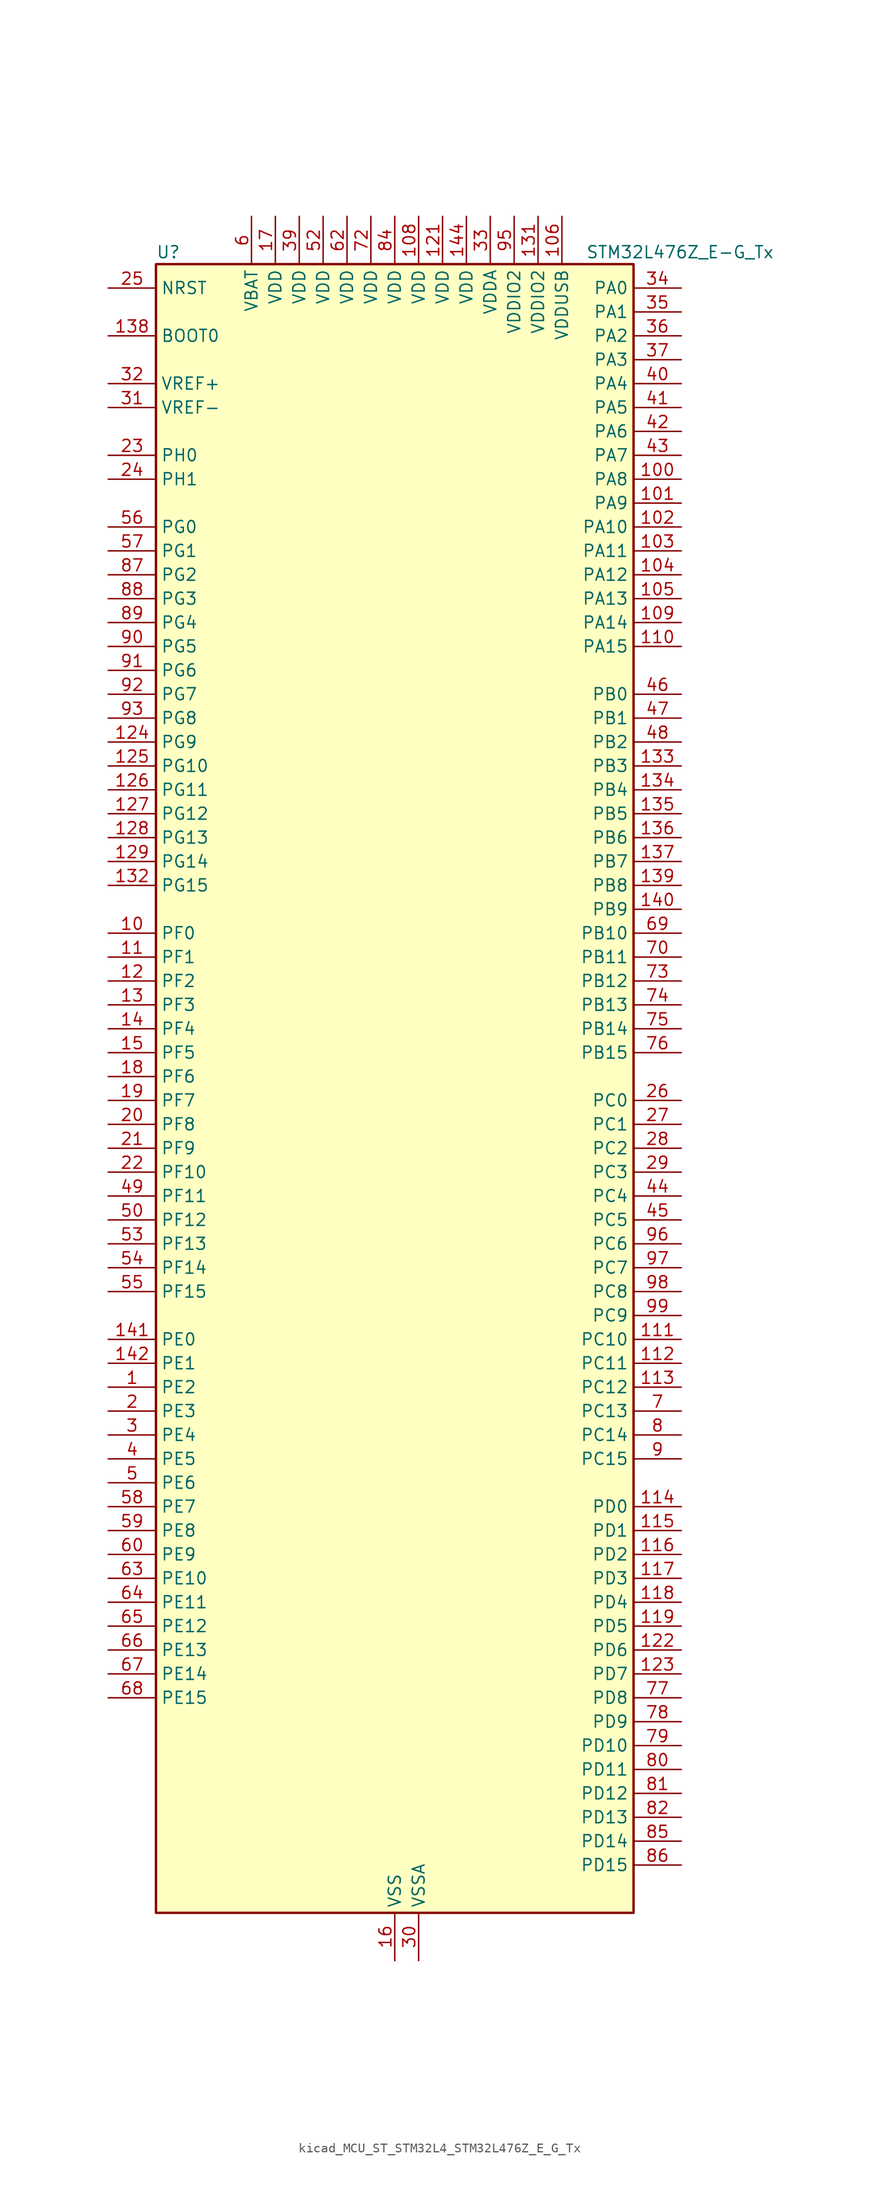
<source format=kicad_sym>
(kicad_symbol_lib
  (version 20220914)
  (generator kicad_symbol_editor)
  (symbol "kicad_MCU_ST_STM32L4_STM32L476Z_E_G_Tx"
    (property "Reference" "U"
      (at -25.4 90.17 0)
      (effects (font (size 1.27 1.27)) (justify left)))
    (property "Value" "STM32L476Z_E-G_Tx"
      (at 20.32 90.17 0)
      (effects (font (size 1.27 1.27)) (justify left)))
    (property "ki_locked" ""
      (at 0 0 0)
      (effects (font (size 1.27 1.27))))
    (symbol "kicad_MCU_ST_STM32L4_STM32L476Z_E_G_Tx_0_1"
      (rectangle (start -25.4 -86.36) (end 25.4 88.9) (stroke (width 0.254) (type default)) (fill (type background))))
    (symbol "kicad_MCU_ST_STM32L4_STM32L476Z_E_G_Tx_1_1"
      (pin bidirectional line (at -30.48 -30.48 0) (length 5.08) (name "PE2" (effects (font (size 1.27 1.27)))) (number "1" (effects (font (size 1.27 1.27)))) (alternate "FMC_A23" bidirectional line) (alternate "LCD_SEG38" bidirectional line) (alternate "SAI1_MCLK_A" bidirectional line) (alternate "SYS_TRACECLK" bidirectional line) (alternate "TIM3_ETR" bidirectional line) (alternate "TSC_G7_IO1" bidirectional line))
      (pin bidirectional line (at -30.48 17.78 0) (length 5.08) (name "PF0" (effects (font (size 1.27 1.27)))) (number "10" (effects (font (size 1.27 1.27)))) (alternate "FMC_A0" bidirectional line) (alternate "I2C2_SDA" bidirectional line))
      (pin bidirectional line (at 30.48 66.04 180) (length 5.08) (name "PA8" (effects (font (size 1.27 1.27)))) (number "100" (effects (font (size 1.27 1.27)))) (alternate "LCD_COM0" bidirectional line) (alternate "LPTIM2_OUT" bidirectional line) (alternate "RCC_MCO" bidirectional line) (alternate "TIM1_CH1" bidirectional line) (alternate "USART1_CK" bidirectional line) (alternate "USB_OTG_FS_SOF" bidirectional line))
      (pin bidirectional line (at 30.48 63.5 180) (length 5.08) (name "PA9" (effects (font (size 1.27 1.27)))) (number "101" (effects (font (size 1.27 1.27)))) (alternate "DAC1_EXTI9" bidirectional line) (alternate "LCD_COM1" bidirectional line) (alternate "TIM15_BKIN" bidirectional line) (alternate "TIM1_CH2" bidirectional line) (alternate "USART1_TX" bidirectional line) (alternate "USB_OTG_FS_VBUS" bidirectional line))
      (pin bidirectional line (at 30.48 60.96 180) (length 5.08) (name "PA10" (effects (font (size 1.27 1.27)))) (number "102" (effects (font (size 1.27 1.27)))) (alternate "LCD_COM2" bidirectional line) (alternate "TIM17_BKIN" bidirectional line) (alternate "TIM1_CH3" bidirectional line) (alternate "USART1_RX" bidirectional line) (alternate "USB_OTG_FS_ID" bidirectional line))
      (pin bidirectional line (at 30.48 58.42 180) (length 5.08) (name "PA11" (effects (font (size 1.27 1.27)))) (number "103" (effects (font (size 1.27 1.27)))) (alternate "ADC1_EXTI11" bidirectional line) (alternate "ADC2_EXTI11" bidirectional line) (alternate "ADC3_EXTI11" bidirectional line) (alternate "CAN1_RX" bidirectional line) (alternate "TIM1_BKIN2" bidirectional line) (alternate "TIM1_BKIN2_COMP1" bidirectional line) (alternate "TIM1_CH4" bidirectional line) (alternate "USART1_CTS" bidirectional line) (alternate "USB_OTG_FS_DM" bidirectional line))
      (pin bidirectional line (at 30.48 55.88 180) (length 5.08) (name "PA12" (effects (font (size 1.27 1.27)))) (number "104" (effects (font (size 1.27 1.27)))) (alternate "CAN1_TX" bidirectional line) (alternate "TIM1_ETR" bidirectional line) (alternate "USART1_DE" bidirectional line) (alternate "USART1_RTS" bidirectional line) (alternate "USB_OTG_FS_DP" bidirectional line))
      (pin bidirectional line (at 30.48 53.34 180) (length 5.08) (name "PA13" (effects (font (size 1.27 1.27)))) (number "105" (effects (font (size 1.27 1.27)))) (alternate "IR_OUT" bidirectional line) (alternate "SYS_JTMS-SWDIO" bidirectional line) (alternate "USB_OTG_FS_NOE" bidirectional line))
      (pin power_in line (at 17.78 93.98 270) (length 5.08) (name "VDDUSB" (effects (font (size 1.27 1.27)))) (number "106" (effects (font (size 1.27 1.27)))))
      (pin passive line (at 0 -91.44 90) (length 5.08) hide (name "VSS" (effects (font (size 1.27 1.27)))) (number "107" (effects (font (size 1.27 1.27)))))
      (pin power_in line (at 2.54 93.98 270) (length 5.08) (name "VDD" (effects (font (size 1.27 1.27)))) (number "108" (effects (font (size 1.27 1.27)))))
      (pin bidirectional line (at 30.48 50.8 180) (length 5.08) (name "PA14" (effects (font (size 1.27 1.27)))) (number "109" (effects (font (size 1.27 1.27)))) (alternate "SYS_JTCK-SWCLK" bidirectional line))
      (pin bidirectional line (at -30.48 15.24 0) (length 5.08) (name "PF1" (effects (font (size 1.27 1.27)))) (number "11" (effects (font (size 1.27 1.27)))) (alternate "FMC_A1" bidirectional line) (alternate "I2C2_SCL" bidirectional line))
      (pin bidirectional line (at 30.48 48.26 180) (length 5.08) (name "PA15" (effects (font (size 1.27 1.27)))) (number "110" (effects (font (size 1.27 1.27)))) (alternate "ADC1_EXTI15" bidirectional line) (alternate "ADC2_EXTI15" bidirectional line) (alternate "ADC3_EXTI15" bidirectional line) (alternate "LCD_SEG17" bidirectional line) (alternate "SAI2_FS_B" bidirectional line) (alternate "SPI1_NSS" bidirectional line) (alternate "SPI3_NSS" bidirectional line) (alternate "SYS_JTDI" bidirectional line) (alternate "TIM2_CH1" bidirectional line) (alternate "TIM2_ETR" bidirectional line) (alternate "TSC_G3_IO1" bidirectional line) (alternate "UART4_DE" bidirectional line) (alternate "UART4_RTS" bidirectional line))
      (pin bidirectional line (at 30.48 -25.4 180) (length 5.08) (name "PC10" (effects (font (size 1.27 1.27)))) (number "111" (effects (font (size 1.27 1.27)))) (alternate "LCD_COM4" bidirectional line) (alternate "LCD_SEG28" bidirectional line) (alternate "LCD_SEG40" bidirectional line) (alternate "SAI2_SCK_B" bidirectional line) (alternate "SDMMC1_D2" bidirectional line) (alternate "SPI3_SCK" bidirectional line) (alternate "TSC_G3_IO2" bidirectional line) (alternate "UART4_TX" bidirectional line) (alternate "USART3_TX" bidirectional line))
      (pin bidirectional line (at 30.48 -27.94 180) (length 5.08) (name "PC11" (effects (font (size 1.27 1.27)))) (number "112" (effects (font (size 1.27 1.27)))) (alternate "ADC1_EXTI11" bidirectional line) (alternate "ADC2_EXTI11" bidirectional line) (alternate "ADC3_EXTI11" bidirectional line) (alternate "LCD_COM5" bidirectional line) (alternate "LCD_SEG29" bidirectional line) (alternate "LCD_SEG41" bidirectional line) (alternate "SAI2_MCLK_B" bidirectional line) (alternate "SDMMC1_D3" bidirectional line) (alternate "SPI3_MISO" bidirectional line) (alternate "TSC_G3_IO3" bidirectional line) (alternate "UART4_RX" bidirectional line) (alternate "USART3_RX" bidirectional line))
      (pin bidirectional line (at 30.48 -30.48 180) (length 5.08) (name "PC12" (effects (font (size 1.27 1.27)))) (number "113" (effects (font (size 1.27 1.27)))) (alternate "LCD_COM6" bidirectional line) (alternate "LCD_SEG30" bidirectional line) (alternate "LCD_SEG42" bidirectional line) (alternate "SAI2_SD_B" bidirectional line) (alternate "SDMMC1_CK" bidirectional line) (alternate "SPI3_MOSI" bidirectional line) (alternate "TSC_G3_IO4" bidirectional line) (alternate "UART5_TX" bidirectional line) (alternate "USART3_CK" bidirectional line))
      (pin bidirectional line (at 30.48 -43.18 180) (length 5.08) (name "PD0" (effects (font (size 1.27 1.27)))) (number "114" (effects (font (size 1.27 1.27)))) (alternate "CAN1_RX" bidirectional line) (alternate "DFSDM1_DATIN7" bidirectional line) (alternate "FMC_D2" bidirectional line) (alternate "FMC_DA2" bidirectional line) (alternate "SPI2_NSS" bidirectional line))
      (pin bidirectional line (at 30.48 -45.72 180) (length 5.08) (name "PD1" (effects (font (size 1.27 1.27)))) (number "115" (effects (font (size 1.27 1.27)))) (alternate "CAN1_TX" bidirectional line) (alternate "DFSDM1_CKIN7" bidirectional line) (alternate "FMC_D3" bidirectional line) (alternate "FMC_DA3" bidirectional line) (alternate "SPI2_SCK" bidirectional line))
      (pin bidirectional line (at 30.48 -48.26 180) (length 5.08) (name "PD2" (effects (font (size 1.27 1.27)))) (number "116" (effects (font (size 1.27 1.27)))) (alternate "LCD_COM7" bidirectional line) (alternate "LCD_SEG31" bidirectional line) (alternate "LCD_SEG43" bidirectional line) (alternate "SDMMC1_CMD" bidirectional line) (alternate "TIM3_ETR" bidirectional line) (alternate "TSC_SYNC" bidirectional line) (alternate "UART5_RX" bidirectional line) (alternate "USART3_DE" bidirectional line) (alternate "USART3_RTS" bidirectional line))
      (pin bidirectional line (at 30.48 -50.8 180) (length 5.08) (name "PD3" (effects (font (size 1.27 1.27)))) (number "117" (effects (font (size 1.27 1.27)))) (alternate "DFSDM1_DATIN0" bidirectional line) (alternate "FMC_CLK" bidirectional line) (alternate "SPI2_MISO" bidirectional line) (alternate "USART2_CTS" bidirectional line))
      (pin bidirectional line (at 30.48 -53.34 180) (length 5.08) (name "PD4" (effects (font (size 1.27 1.27)))) (number "118" (effects (font (size 1.27 1.27)))) (alternate "DFSDM1_CKIN0" bidirectional line) (alternate "FMC_NOE" bidirectional line) (alternate "SPI2_MOSI" bidirectional line) (alternate "USART2_DE" bidirectional line) (alternate "USART2_RTS" bidirectional line))
      (pin bidirectional line (at 30.48 -55.88 180) (length 5.08) (name "PD5" (effects (font (size 1.27 1.27)))) (number "119" (effects (font (size 1.27 1.27)))) (alternate "FMC_NWE" bidirectional line) (alternate "USART2_TX" bidirectional line))
      (pin bidirectional line (at -30.48 12.7 0) (length 5.08) (name "PF2" (effects (font (size 1.27 1.27)))) (number "12" (effects (font (size 1.27 1.27)))) (alternate "FMC_A2" bidirectional line) (alternate "I2C2_SMBA" bidirectional line))
      (pin passive line (at 0 -91.44 90) (length 5.08) hide (name "VSS" (effects (font (size 1.27 1.27)))) (number "120" (effects (font (size 1.27 1.27)))))
      (pin power_in line (at 5.08 93.98 270) (length 5.08) (name "VDD" (effects (font (size 1.27 1.27)))) (number "121" (effects (font (size 1.27 1.27)))))
      (pin bidirectional line (at 30.48 -58.42 180) (length 5.08) (name "PD6" (effects (font (size 1.27 1.27)))) (number "122" (effects (font (size 1.27 1.27)))) (alternate "DFSDM1_DATIN1" bidirectional line) (alternate "FMC_NWAIT" bidirectional line) (alternate "SAI1_SD_A" bidirectional line) (alternate "USART2_RX" bidirectional line))
      (pin bidirectional line (at 30.48 -60.96 180) (length 5.08) (name "PD7" (effects (font (size 1.27 1.27)))) (number "123" (effects (font (size 1.27 1.27)))) (alternate "DFSDM1_CKIN1" bidirectional line) (alternate "FMC_NE1" bidirectional line) (alternate "USART2_CK" bidirectional line))
      (pin bidirectional line (at -30.48 38.1 0) (length 5.08) (name "PG9" (effects (font (size 1.27 1.27)))) (number "124" (effects (font (size 1.27 1.27)))) (alternate "DAC1_EXTI9" bidirectional line) (alternate "FMC_NCE3" bidirectional line) (alternate "FMC_NE2" bidirectional line) (alternate "SAI2_SCK_A" bidirectional line) (alternate "SPI3_SCK" bidirectional line) (alternate "TIM15_CH1N" bidirectional line) (alternate "USART1_TX" bidirectional line))
      (pin bidirectional line (at -30.48 35.56 0) (length 5.08) (name "PG10" (effects (font (size 1.27 1.27)))) (number "125" (effects (font (size 1.27 1.27)))) (alternate "FMC_NE3" bidirectional line) (alternate "LPTIM1_IN1" bidirectional line) (alternate "SAI2_FS_A" bidirectional line) (alternate "SPI3_MISO" bidirectional line) (alternate "TIM15_CH1" bidirectional line) (alternate "USART1_RX" bidirectional line))
      (pin bidirectional line (at -30.48 33.02 0) (length 5.08) (name "PG11" (effects (font (size 1.27 1.27)))) (number "126" (effects (font (size 1.27 1.27)))) (alternate "ADC1_EXTI11" bidirectional line) (alternate "ADC2_EXTI11" bidirectional line) (alternate "ADC3_EXTI11" bidirectional line) (alternate "LPTIM1_IN2" bidirectional line) (alternate "SAI2_MCLK_A" bidirectional line) (alternate "SPI3_MOSI" bidirectional line) (alternate "TIM15_CH2" bidirectional line) (alternate "USART1_CTS" bidirectional line))
      (pin bidirectional line (at -30.48 30.48 0) (length 5.08) (name "PG12" (effects (font (size 1.27 1.27)))) (number "127" (effects (font (size 1.27 1.27)))) (alternate "FMC_NE4" bidirectional line) (alternate "LPTIM1_ETR" bidirectional line) (alternate "SAI2_SD_A" bidirectional line) (alternate "SPI3_NSS" bidirectional line) (alternate "USART1_DE" bidirectional line) (alternate "USART1_RTS" bidirectional line))
      (pin bidirectional line (at -30.48 27.94 0) (length 5.08) (name "PG13" (effects (font (size 1.27 1.27)))) (number "128" (effects (font (size 1.27 1.27)))) (alternate "FMC_A24" bidirectional line) (alternate "I2C1_SDA" bidirectional line) (alternate "USART1_CK" bidirectional line))
      (pin bidirectional line (at -30.48 25.4 0) (length 5.08) (name "PG14" (effects (font (size 1.27 1.27)))) (number "129" (effects (font (size 1.27 1.27)))) (alternate "FMC_A25" bidirectional line) (alternate "I2C1_SCL" bidirectional line))
      (pin bidirectional line (at -30.48 10.16 0) (length 5.08) (name "PF3" (effects (font (size 1.27 1.27)))) (number "13" (effects (font (size 1.27 1.27)))) (alternate "ADC3_IN6" bidirectional line) (alternate "FMC_A3" bidirectional line))
      (pin passive line (at 0 -91.44 90) (length 5.08) hide (name "VSS" (effects (font (size 1.27 1.27)))) (number "130" (effects (font (size 1.27 1.27)))))
      (pin power_in line (at 15.24 93.98 270) (length 5.08) (name "VDDIO2" (effects (font (size 1.27 1.27)))) (number "131" (effects (font (size 1.27 1.27)))))
      (pin bidirectional line (at -30.48 22.86 0) (length 5.08) (name "PG15" (effects (font (size 1.27 1.27)))) (number "132" (effects (font (size 1.27 1.27)))) (alternate "ADC1_EXTI15" bidirectional line) (alternate "ADC2_EXTI15" bidirectional line) (alternate "ADC3_EXTI15" bidirectional line) (alternate "I2C1_SMBA" bidirectional line) (alternate "LPTIM1_OUT" bidirectional line))
      (pin bidirectional line (at 30.48 35.56 180) (length 5.08) (name "PB3" (effects (font (size 1.27 1.27)))) (number "133" (effects (font (size 1.27 1.27)))) (alternate "COMP2_INM" bidirectional line) (alternate "LCD_SEG7" bidirectional line) (alternate "SAI1_SCK_B" bidirectional line) (alternate "SPI1_SCK" bidirectional line) (alternate "SPI3_SCK" bidirectional line) (alternate "SYS_JTDO-SWO" bidirectional line) (alternate "TIM2_CH2" bidirectional line) (alternate "USART1_DE" bidirectional line) (alternate "USART1_RTS" bidirectional line))
      (pin bidirectional line (at 30.48 33.02 180) (length 5.08) (name "PB4" (effects (font (size 1.27 1.27)))) (number "134" (effects (font (size 1.27 1.27)))) (alternate "COMP2_INP" bidirectional line) (alternate "LCD_SEG8" bidirectional line) (alternate "SAI1_MCLK_B" bidirectional line) (alternate "SPI1_MISO" bidirectional line) (alternate "SPI3_MISO" bidirectional line) (alternate "SYS_JTRST" bidirectional line) (alternate "TIM17_BKIN" bidirectional line) (alternate "TIM3_CH1" bidirectional line) (alternate "TSC_G2_IO1" bidirectional line) (alternate "UART5_DE" bidirectional line) (alternate "UART5_RTS" bidirectional line) (alternate "USART1_CTS" bidirectional line))
      (pin bidirectional line (at 30.48 30.48 180) (length 5.08) (name "PB5" (effects (font (size 1.27 1.27)))) (number "135" (effects (font (size 1.27 1.27)))) (alternate "COMP2_OUT" bidirectional line) (alternate "I2C1_SMBA" bidirectional line) (alternate "LCD_SEG9" bidirectional line) (alternate "LPTIM1_IN1" bidirectional line) (alternate "SAI1_SD_B" bidirectional line) (alternate "SPI1_MOSI" bidirectional line) (alternate "SPI3_MOSI" bidirectional line) (alternate "TIM16_BKIN" bidirectional line) (alternate "TIM3_CH2" bidirectional line) (alternate "TSC_G2_IO2" bidirectional line) (alternate "UART5_CTS" bidirectional line) (alternate "USART1_CK" bidirectional line))
      (pin bidirectional line (at 30.48 27.94 180) (length 5.08) (name "PB6" (effects (font (size 1.27 1.27)))) (number "136" (effects (font (size 1.27 1.27)))) (alternate "COMP2_INP" bidirectional line) (alternate "DFSDM1_DATIN5" bidirectional line) (alternate "I2C1_SCL" bidirectional line) (alternate "LPTIM1_ETR" bidirectional line) (alternate "SAI1_FS_B" bidirectional line) (alternate "TIM16_CH1N" bidirectional line) (alternate "TIM4_CH1" bidirectional line) (alternate "TIM8_BKIN2" bidirectional line) (alternate "TIM8_BKIN2_COMP2" bidirectional line) (alternate "TSC_G2_IO3" bidirectional line) (alternate "USART1_TX" bidirectional line))
      (pin bidirectional line (at 30.48 25.4 180) (length 5.08) (name "PB7" (effects (font (size 1.27 1.27)))) (number "137" (effects (font (size 1.27 1.27)))) (alternate "COMP2_INM" bidirectional line) (alternate "DFSDM1_CKIN5" bidirectional line) (alternate "FMC_NL" bidirectional line) (alternate "I2C1_SDA" bidirectional line) (alternate "LCD_SEG21" bidirectional line) (alternate "LPTIM1_IN2" bidirectional line) (alternate "SYS_PVD_IN" bidirectional line) (alternate "TIM17_CH1N" bidirectional line) (alternate "TIM4_CH2" bidirectional line) (alternate "TIM8_BKIN" bidirectional line) (alternate "TIM8_BKIN_COMP1" bidirectional line) (alternate "TSC_G2_IO4" bidirectional line) (alternate "UART4_CTS" bidirectional line) (alternate "USART1_RX" bidirectional line))
      (pin input line (at -30.48 81.28 0) (length 5.08) (name "BOOT0" (effects (font (size 1.27 1.27)))) (number "138" (effects (font (size 1.27 1.27)))))
      (pin bidirectional line (at 30.48 22.86 180) (length 5.08) (name "PB8" (effects (font (size 1.27 1.27)))) (number "139" (effects (font (size 1.27 1.27)))) (alternate "CAN1_RX" bidirectional line) (alternate "DFSDM1_DATIN6" bidirectional line) (alternate "I2C1_SCL" bidirectional line) (alternate "LCD_SEG16" bidirectional line) (alternate "SAI1_MCLK_A" bidirectional line) (alternate "SDMMC1_D4" bidirectional line) (alternate "TIM16_CH1" bidirectional line) (alternate "TIM4_CH3" bidirectional line))
      (pin bidirectional line (at -30.48 7.62 0) (length 5.08) (name "PF4" (effects (font (size 1.27 1.27)))) (number "14" (effects (font (size 1.27 1.27)))) (alternate "ADC3_IN7" bidirectional line) (alternate "FMC_A4" bidirectional line))
      (pin bidirectional line (at 30.48 20.32 180) (length 5.08) (name "PB9" (effects (font (size 1.27 1.27)))) (number "140" (effects (font (size 1.27 1.27)))) (alternate "CAN1_TX" bidirectional line) (alternate "DAC1_EXTI9" bidirectional line) (alternate "DFSDM1_CKIN6" bidirectional line) (alternate "I2C1_SDA" bidirectional line) (alternate "IR_OUT" bidirectional line) (alternate "LCD_COM3" bidirectional line) (alternate "SAI1_FS_A" bidirectional line) (alternate "SDMMC1_D5" bidirectional line) (alternate "SPI2_NSS" bidirectional line) (alternate "TIM17_CH1" bidirectional line) (alternate "TIM4_CH4" bidirectional line))
      (pin bidirectional line (at -30.48 -25.4 0) (length 5.08) (name "PE0" (effects (font (size 1.27 1.27)))) (number "141" (effects (font (size 1.27 1.27)))) (alternate "FMC_NBL0" bidirectional line) (alternate "LCD_SEG36" bidirectional line) (alternate "TIM16_CH1" bidirectional line) (alternate "TIM4_ETR" bidirectional line))
      (pin bidirectional line (at -30.48 -27.94 0) (length 5.08) (name "PE1" (effects (font (size 1.27 1.27)))) (number "142" (effects (font (size 1.27 1.27)))) (alternate "FMC_NBL1" bidirectional line) (alternate "LCD_SEG37" bidirectional line) (alternate "TIM17_CH1" bidirectional line))
      (pin passive line (at 0 -91.44 90) (length 5.08) hide (name "VSS" (effects (font (size 1.27 1.27)))) (number "143" (effects (font (size 1.27 1.27)))))
      (pin power_in line (at 7.62 93.98 270) (length 5.08) (name "VDD" (effects (font (size 1.27 1.27)))) (number "144" (effects (font (size 1.27 1.27)))))
      (pin bidirectional line (at -30.48 5.08 0) (length 5.08) (name "PF5" (effects (font (size 1.27 1.27)))) (number "15" (effects (font (size 1.27 1.27)))) (alternate "ADC3_IN8" bidirectional line) (alternate "FMC_A5" bidirectional line))
      (pin power_in line (at 0 -91.44 90) (length 5.08) (name "VSS" (effects (font (size 1.27 1.27)))) (number "16" (effects (font (size 1.27 1.27)))))
      (pin power_in line (at -12.7 93.98 270) (length 5.08) (name "VDD" (effects (font (size 1.27 1.27)))) (number "17" (effects (font (size 1.27 1.27)))))
      (pin bidirectional line (at -30.48 2.54 0) (length 5.08) (name "PF6" (effects (font (size 1.27 1.27)))) (number "18" (effects (font (size 1.27 1.27)))) (alternate "ADC3_IN9" bidirectional line) (alternate "SAI1_SD_B" bidirectional line) (alternate "TIM5_CH1" bidirectional line) (alternate "TIM5_ETR" bidirectional line))
      (pin bidirectional line (at -30.48 0 0) (length 5.08) (name "PF7" (effects (font (size 1.27 1.27)))) (number "19" (effects (font (size 1.27 1.27)))) (alternate "ADC3_IN10" bidirectional line) (alternate "SAI1_MCLK_B" bidirectional line) (alternate "TIM5_CH2" bidirectional line))
      (pin bidirectional line (at -30.48 -33.02 0) (length 5.08) (name "PE3" (effects (font (size 1.27 1.27)))) (number "2" (effects (font (size 1.27 1.27)))) (alternate "FMC_A19" bidirectional line) (alternate "LCD_SEG39" bidirectional line) (alternate "SAI1_SD_B" bidirectional line) (alternate "SYS_TRACED0" bidirectional line) (alternate "TIM3_CH1" bidirectional line) (alternate "TSC_G7_IO2" bidirectional line))
      (pin bidirectional line (at -30.48 -2.54 0) (length 5.08) (name "PF8" (effects (font (size 1.27 1.27)))) (number "20" (effects (font (size 1.27 1.27)))) (alternate "ADC3_IN11" bidirectional line) (alternate "SAI1_SCK_B" bidirectional line) (alternate "TIM5_CH3" bidirectional line))
      (pin bidirectional line (at -30.48 -5.08 0) (length 5.08) (name "PF9" (effects (font (size 1.27 1.27)))) (number "21" (effects (font (size 1.27 1.27)))) (alternate "ADC3_IN12" bidirectional line) (alternate "DAC1_EXTI9" bidirectional line) (alternate "SAI1_FS_B" bidirectional line) (alternate "TIM15_CH1" bidirectional line) (alternate "TIM5_CH4" bidirectional line))
      (pin bidirectional line (at -30.48 -7.62 0) (length 5.08) (name "PF10" (effects (font (size 1.27 1.27)))) (number "22" (effects (font (size 1.27 1.27)))) (alternate "ADC3_IN13" bidirectional line) (alternate "TIM15_CH2" bidirectional line))
      (pin bidirectional line (at -30.48 68.58 0) (length 5.08) (name "PH0" (effects (font (size 1.27 1.27)))) (number "23" (effects (font (size 1.27 1.27)))) (alternate "RCC_OSC_IN" bidirectional line))
      (pin bidirectional line (at -30.48 66.04 0) (length 5.08) (name "PH1" (effects (font (size 1.27 1.27)))) (number "24" (effects (font (size 1.27 1.27)))) (alternate "RCC_OSC_OUT" bidirectional line))
      (pin input line (at -30.48 86.36 0) (length 5.08) (name "NRST" (effects (font (size 1.27 1.27)))) (number "25" (effects (font (size 1.27 1.27)))))
      (pin bidirectional line (at 30.48 0 180) (length 5.08) (name "PC0" (effects (font (size 1.27 1.27)))) (number "26" (effects (font (size 1.27 1.27)))) (alternate "ADC1_IN1" bidirectional line) (alternate "ADC2_IN1" bidirectional line) (alternate "ADC3_IN1" bidirectional line) (alternate "DFSDM1_DATIN4" bidirectional line) (alternate "I2C3_SCL" bidirectional line) (alternate "LCD_SEG18" bidirectional line) (alternate "LPTIM1_IN1" bidirectional line) (alternate "LPTIM2_IN1" bidirectional line) (alternate "LPUART1_RX" bidirectional line))
      (pin bidirectional line (at 30.48 -2.54 180) (length 5.08) (name "PC1" (effects (font (size 1.27 1.27)))) (number "27" (effects (font (size 1.27 1.27)))) (alternate "ADC1_IN2" bidirectional line) (alternate "ADC2_IN2" bidirectional line) (alternate "ADC3_IN2" bidirectional line) (alternate "DFSDM1_CKIN4" bidirectional line) (alternate "I2C3_SDA" bidirectional line) (alternate "LCD_SEG19" bidirectional line) (alternate "LPTIM1_OUT" bidirectional line) (alternate "LPUART1_TX" bidirectional line))
      (pin bidirectional line (at 30.48 -5.08 180) (length 5.08) (name "PC2" (effects (font (size 1.27 1.27)))) (number "28" (effects (font (size 1.27 1.27)))) (alternate "ADC1_IN3" bidirectional line) (alternate "ADC2_IN3" bidirectional line) (alternate "ADC3_IN3" bidirectional line) (alternate "DFSDM1_CKOUT" bidirectional line) (alternate "LCD_SEG20" bidirectional line) (alternate "LPTIM1_IN2" bidirectional line) (alternate "SPI2_MISO" bidirectional line))
      (pin bidirectional line (at 30.48 -7.62 180) (length 5.08) (name "PC3" (effects (font (size 1.27 1.27)))) (number "29" (effects (font (size 1.27 1.27)))) (alternate "ADC1_IN4" bidirectional line) (alternate "ADC2_IN4" bidirectional line) (alternate "ADC3_IN4" bidirectional line) (alternate "LCD_VLCD" bidirectional line) (alternate "LPTIM1_ETR" bidirectional line) (alternate "LPTIM2_ETR" bidirectional line) (alternate "SAI1_SD_A" bidirectional line) (alternate "SPI2_MOSI" bidirectional line))
      (pin bidirectional line (at -30.48 -35.56 0) (length 5.08) (name "PE4" (effects (font (size 1.27 1.27)))) (number "3" (effects (font (size 1.27 1.27)))) (alternate "DFSDM1_DATIN3" bidirectional line) (alternate "FMC_A20" bidirectional line) (alternate "SAI1_FS_A" bidirectional line) (alternate "SYS_TRACED1" bidirectional line) (alternate "TIM3_CH2" bidirectional line) (alternate "TSC_G7_IO3" bidirectional line))
      (pin power_in line (at 2.54 -91.44 90) (length 5.08) (name "VSSA" (effects (font (size 1.27 1.27)))) (number "30" (effects (font (size 1.27 1.27)))))
      (pin input line (at -30.48 73.66 0) (length 5.08) (name "VREF-" (effects (font (size 1.27 1.27)))) (number "31" (effects (font (size 1.27 1.27)))))
      (pin input line (at -30.48 76.2 0) (length 5.08) (name "VREF+" (effects (font (size 1.27 1.27)))) (number "32" (effects (font (size 1.27 1.27)))) (alternate "VREFBUF_OUT" bidirectional line))
      (pin power_in line (at 10.16 93.98 270) (length 5.08) (name "VDDA" (effects (font (size 1.27 1.27)))) (number "33" (effects (font (size 1.27 1.27)))))
      (pin bidirectional line (at 30.48 86.36 180) (length 5.08) (name "PA0" (effects (font (size 1.27 1.27)))) (number "34" (effects (font (size 1.27 1.27)))) (alternate "ADC1_IN5" bidirectional line) (alternate "ADC2_IN5" bidirectional line) (alternate "OPAMP1_VINP" bidirectional line) (alternate "RTC_TAMP2" bidirectional line) (alternate "SAI1_EXTCLK" bidirectional line) (alternate "SYS_WKUP1" bidirectional line) (alternate "TIM2_CH1" bidirectional line) (alternate "TIM2_ETR" bidirectional line) (alternate "TIM5_CH1" bidirectional line) (alternate "TIM8_ETR" bidirectional line) (alternate "UART4_TX" bidirectional line) (alternate "USART2_CTS" bidirectional line))
      (pin bidirectional line (at 30.48 83.82 180) (length 5.08) (name "PA1" (effects (font (size 1.27 1.27)))) (number "35" (effects (font (size 1.27 1.27)))) (alternate "ADC1_IN6" bidirectional line) (alternate "ADC2_IN6" bidirectional line) (alternate "LCD_SEG0" bidirectional line) (alternate "OPAMP1_VINM" bidirectional line) (alternate "TIM15_CH1N" bidirectional line) (alternate "TIM2_CH2" bidirectional line) (alternate "TIM5_CH2" bidirectional line) (alternate "UART4_RX" bidirectional line) (alternate "USART2_DE" bidirectional line) (alternate "USART2_RTS" bidirectional line))
      (pin bidirectional line (at 30.48 81.28 180) (length 5.08) (name "PA2" (effects (font (size 1.27 1.27)))) (number "36" (effects (font (size 1.27 1.27)))) (alternate "ADC1_IN7" bidirectional line) (alternate "ADC2_IN7" bidirectional line) (alternate "LCD_SEG1" bidirectional line) (alternate "RCC_LSCO" bidirectional line) (alternate "SAI2_EXTCLK" bidirectional line) (alternate "SYS_WKUP4" bidirectional line) (alternate "TIM15_CH1" bidirectional line) (alternate "TIM2_CH3" bidirectional line) (alternate "TIM5_CH3" bidirectional line) (alternate "USART2_TX" bidirectional line))
      (pin bidirectional line (at 30.48 78.74 180) (length 5.08) (name "PA3" (effects (font (size 1.27 1.27)))) (number "37" (effects (font (size 1.27 1.27)))) (alternate "ADC1_IN8" bidirectional line) (alternate "ADC2_IN8" bidirectional line) (alternate "LCD_SEG2" bidirectional line) (alternate "OPAMP1_VOUT" bidirectional line) (alternate "TIM15_CH2" bidirectional line) (alternate "TIM2_CH4" bidirectional line) (alternate "TIM5_CH4" bidirectional line) (alternate "USART2_RX" bidirectional line))
      (pin passive line (at 0 -91.44 90) (length 5.08) hide (name "VSS" (effects (font (size 1.27 1.27)))) (number "38" (effects (font (size 1.27 1.27)))))
      (pin power_in line (at -10.16 93.98 270) (length 5.08) (name "VDD" (effects (font (size 1.27 1.27)))) (number "39" (effects (font (size 1.27 1.27)))))
      (pin bidirectional line (at -30.48 -38.1 0) (length 5.08) (name "PE5" (effects (font (size 1.27 1.27)))) (number "4" (effects (font (size 1.27 1.27)))) (alternate "DFSDM1_CKIN3" bidirectional line) (alternate "FMC_A21" bidirectional line) (alternate "SAI1_SCK_A" bidirectional line) (alternate "SYS_TRACED2" bidirectional line) (alternate "TIM3_CH3" bidirectional line) (alternate "TSC_G7_IO4" bidirectional line))
      (pin bidirectional line (at 30.48 76.2 180) (length 5.08) (name "PA4" (effects (font (size 1.27 1.27)))) (number "40" (effects (font (size 1.27 1.27)))) (alternate "ADC1_IN9" bidirectional line) (alternate "ADC2_IN9" bidirectional line) (alternate "DAC1_OUT1" bidirectional line) (alternate "LPTIM2_OUT" bidirectional line) (alternate "SAI1_FS_B" bidirectional line) (alternate "SPI1_NSS" bidirectional line) (alternate "SPI3_NSS" bidirectional line) (alternate "USART2_CK" bidirectional line))
      (pin bidirectional line (at 30.48 73.66 180) (length 5.08) (name "PA5" (effects (font (size 1.27 1.27)))) (number "41" (effects (font (size 1.27 1.27)))) (alternate "ADC1_IN10" bidirectional line) (alternate "ADC2_IN10" bidirectional line) (alternate "DAC1_OUT2" bidirectional line) (alternate "LPTIM2_ETR" bidirectional line) (alternate "SPI1_SCK" bidirectional line) (alternate "TIM2_CH1" bidirectional line) (alternate "TIM2_ETR" bidirectional line) (alternate "TIM8_CH1N" bidirectional line))
      (pin bidirectional line (at 30.48 71.12 180) (length 5.08) (name "PA6" (effects (font (size 1.27 1.27)))) (number "42" (effects (font (size 1.27 1.27)))) (alternate "ADC1_IN11" bidirectional line) (alternate "ADC2_IN11" bidirectional line) (alternate "LCD_SEG3" bidirectional line) (alternate "OPAMP2_VINP" bidirectional line) (alternate "QUADSPI_BK1_IO3" bidirectional line) (alternate "SPI1_MISO" bidirectional line) (alternate "TIM16_CH1" bidirectional line) (alternate "TIM1_BKIN" bidirectional line) (alternate "TIM1_BKIN_COMP2" bidirectional line) (alternate "TIM3_CH1" bidirectional line) (alternate "TIM8_BKIN" bidirectional line) (alternate "TIM8_BKIN_COMP2" bidirectional line) (alternate "USART3_CTS" bidirectional line))
      (pin bidirectional line (at 30.48 68.58 180) (length 5.08) (name "PA7" (effects (font (size 1.27 1.27)))) (number "43" (effects (font (size 1.27 1.27)))) (alternate "ADC1_IN12" bidirectional line) (alternate "ADC2_IN12" bidirectional line) (alternate "LCD_SEG4" bidirectional line) (alternate "OPAMP2_VINM" bidirectional line) (alternate "QUADSPI_BK1_IO2" bidirectional line) (alternate "SPI1_MOSI" bidirectional line) (alternate "TIM17_CH1" bidirectional line) (alternate "TIM1_CH1N" bidirectional line) (alternate "TIM3_CH2" bidirectional line) (alternate "TIM8_CH1N" bidirectional line))
      (pin bidirectional line (at 30.48 -10.16 180) (length 5.08) (name "PC4" (effects (font (size 1.27 1.27)))) (number "44" (effects (font (size 1.27 1.27)))) (alternate "ADC1_IN13" bidirectional line) (alternate "ADC2_IN13" bidirectional line) (alternate "COMP1_INM" bidirectional line) (alternate "LCD_SEG22" bidirectional line) (alternate "USART3_TX" bidirectional line))
      (pin bidirectional line (at 30.48 -12.7 180) (length 5.08) (name "PC5" (effects (font (size 1.27 1.27)))) (number "45" (effects (font (size 1.27 1.27)))) (alternate "ADC1_IN14" bidirectional line) (alternate "ADC2_IN14" bidirectional line) (alternate "COMP1_INP" bidirectional line) (alternate "LCD_SEG23" bidirectional line) (alternate "SYS_WKUP5" bidirectional line) (alternate "USART3_RX" bidirectional line))
      (pin bidirectional line (at 30.48 43.18 180) (length 5.08) (name "PB0" (effects (font (size 1.27 1.27)))) (number "46" (effects (font (size 1.27 1.27)))) (alternate "ADC1_IN15" bidirectional line) (alternate "ADC2_IN15" bidirectional line) (alternate "COMP1_OUT" bidirectional line) (alternate "LCD_SEG5" bidirectional line) (alternate "OPAMP2_VOUT" bidirectional line) (alternate "QUADSPI_BK1_IO1" bidirectional line) (alternate "TIM1_CH2N" bidirectional line) (alternate "TIM3_CH3" bidirectional line) (alternate "TIM8_CH2N" bidirectional line) (alternate "USART3_CK" bidirectional line))
      (pin bidirectional line (at 30.48 40.64 180) (length 5.08) (name "PB1" (effects (font (size 1.27 1.27)))) (number "47" (effects (font (size 1.27 1.27)))) (alternate "ADC1_IN16" bidirectional line) (alternate "ADC2_IN16" bidirectional line) (alternate "COMP1_INM" bidirectional line) (alternate "DFSDM1_DATIN0" bidirectional line) (alternate "LCD_SEG6" bidirectional line) (alternate "LPTIM2_IN1" bidirectional line) (alternate "QUADSPI_BK1_IO0" bidirectional line) (alternate "TIM1_CH3N" bidirectional line) (alternate "TIM3_CH4" bidirectional line) (alternate "TIM8_CH3N" bidirectional line) (alternate "USART3_DE" bidirectional line) (alternate "USART3_RTS" bidirectional line))
      (pin bidirectional line (at 30.48 38.1 180) (length 5.08) (name "PB2" (effects (font (size 1.27 1.27)))) (number "48" (effects (font (size 1.27 1.27)))) (alternate "COMP1_INP" bidirectional line) (alternate "DFSDM1_CKIN0" bidirectional line) (alternate "I2C3_SMBA" bidirectional line) (alternate "LPTIM1_OUT" bidirectional line) (alternate "RTC_OUT_ALARM" bidirectional line) (alternate "RTC_OUT_CALIB" bidirectional line))
      (pin bidirectional line (at -30.48 -10.16 0) (length 5.08) (name "PF11" (effects (font (size 1.27 1.27)))) (number "49" (effects (font (size 1.27 1.27)))) (alternate "ADC1_EXTI11" bidirectional line) (alternate "ADC2_EXTI11" bidirectional line) (alternate "ADC3_EXTI11" bidirectional line))
      (pin bidirectional line (at -30.48 -40.64 0) (length 5.08) (name "PE6" (effects (font (size 1.27 1.27)))) (number "5" (effects (font (size 1.27 1.27)))) (alternate "FMC_A22" bidirectional line) (alternate "RTC_TAMP3" bidirectional line) (alternate "SAI1_SD_A" bidirectional line) (alternate "SYS_TRACED3" bidirectional line) (alternate "SYS_WKUP3" bidirectional line) (alternate "TIM3_CH4" bidirectional line))
      (pin bidirectional line (at -30.48 -12.7 0) (length 5.08) (name "PF12" (effects (font (size 1.27 1.27)))) (number "50" (effects (font (size 1.27 1.27)))) (alternate "FMC_A6" bidirectional line))
      (pin passive line (at 0 -91.44 90) (length 5.08) hide (name "VSS" (effects (font (size 1.27 1.27)))) (number "51" (effects (font (size 1.27 1.27)))))
      (pin power_in line (at -7.62 93.98 270) (length 5.08) (name "VDD" (effects (font (size 1.27 1.27)))) (number "52" (effects (font (size 1.27 1.27)))))
      (pin bidirectional line (at -30.48 -15.24 0) (length 5.08) (name "PF13" (effects (font (size 1.27 1.27)))) (number "53" (effects (font (size 1.27 1.27)))) (alternate "DFSDM1_DATIN6" bidirectional line) (alternate "FMC_A7" bidirectional line))
      (pin bidirectional line (at -30.48 -17.78 0) (length 5.08) (name "PF14" (effects (font (size 1.27 1.27)))) (number "54" (effects (font (size 1.27 1.27)))) (alternate "DFSDM1_CKIN6" bidirectional line) (alternate "FMC_A8" bidirectional line) (alternate "TSC_G8_IO1" bidirectional line))
      (pin bidirectional line (at -30.48 -20.32 0) (length 5.08) (name "PF15" (effects (font (size 1.27 1.27)))) (number "55" (effects (font (size 1.27 1.27)))) (alternate "ADC1_EXTI15" bidirectional line) (alternate "ADC2_EXTI15" bidirectional line) (alternate "ADC3_EXTI15" bidirectional line) (alternate "FMC_A9" bidirectional line) (alternate "TSC_G8_IO2" bidirectional line))
      (pin bidirectional line (at -30.48 60.96 0) (length 5.08) (name "PG0" (effects (font (size 1.27 1.27)))) (number "56" (effects (font (size 1.27 1.27)))) (alternate "FMC_A10" bidirectional line) (alternate "TSC_G8_IO3" bidirectional line))
      (pin bidirectional line (at -30.48 58.42 0) (length 5.08) (name "PG1" (effects (font (size 1.27 1.27)))) (number "57" (effects (font (size 1.27 1.27)))) (alternate "FMC_A11" bidirectional line) (alternate "TSC_G8_IO4" bidirectional line))
      (pin bidirectional line (at -30.48 -43.18 0) (length 5.08) (name "PE7" (effects (font (size 1.27 1.27)))) (number "58" (effects (font (size 1.27 1.27)))) (alternate "DFSDM1_DATIN2" bidirectional line) (alternate "FMC_D4" bidirectional line) (alternate "FMC_DA4" bidirectional line) (alternate "SAI1_SD_B" bidirectional line) (alternate "TIM1_ETR" bidirectional line))
      (pin bidirectional line (at -30.48 -45.72 0) (length 5.08) (name "PE8" (effects (font (size 1.27 1.27)))) (number "59" (effects (font (size 1.27 1.27)))) (alternate "DFSDM1_CKIN2" bidirectional line) (alternate "FMC_D5" bidirectional line) (alternate "FMC_DA5" bidirectional line) (alternate "SAI1_SCK_B" bidirectional line) (alternate "TIM1_CH1N" bidirectional line))
      (pin power_in line (at -15.24 93.98 270) (length 5.08) (name "VBAT" (effects (font (size 1.27 1.27)))) (number "6" (effects (font (size 1.27 1.27)))))
      (pin bidirectional line (at -30.48 -48.26 0) (length 5.08) (name "PE9" (effects (font (size 1.27 1.27)))) (number "60" (effects (font (size 1.27 1.27)))) (alternate "DAC1_EXTI9" bidirectional line) (alternate "DFSDM1_CKOUT" bidirectional line) (alternate "FMC_D6" bidirectional line) (alternate "FMC_DA6" bidirectional line) (alternate "SAI1_FS_B" bidirectional line) (alternate "TIM1_CH1" bidirectional line))
      (pin passive line (at 0 -91.44 90) (length 5.08) hide (name "VSS" (effects (font (size 1.27 1.27)))) (number "61" (effects (font (size 1.27 1.27)))))
      (pin power_in line (at -5.08 93.98 270) (length 5.08) (name "VDD" (effects (font (size 1.27 1.27)))) (number "62" (effects (font (size 1.27 1.27)))))
      (pin bidirectional line (at -30.48 -50.8 0) (length 5.08) (name "PE10" (effects (font (size 1.27 1.27)))) (number "63" (effects (font (size 1.27 1.27)))) (alternate "DFSDM1_DATIN4" bidirectional line) (alternate "FMC_D7" bidirectional line) (alternate "FMC_DA7" bidirectional line) (alternate "QUADSPI_CLK" bidirectional line) (alternate "SAI1_MCLK_B" bidirectional line) (alternate "TIM1_CH2N" bidirectional line) (alternate "TSC_G5_IO1" bidirectional line))
      (pin bidirectional line (at -30.48 -53.34 0) (length 5.08) (name "PE11" (effects (font (size 1.27 1.27)))) (number "64" (effects (font (size 1.27 1.27)))) (alternate "ADC1_EXTI11" bidirectional line) (alternate "ADC2_EXTI11" bidirectional line) (alternate "ADC3_EXTI11" bidirectional line) (alternate "DFSDM1_CKIN4" bidirectional line) (alternate "FMC_D8" bidirectional line) (alternate "FMC_DA8" bidirectional line) (alternate "QUADSPI_NCS" bidirectional line) (alternate "TIM1_CH2" bidirectional line) (alternate "TSC_G5_IO2" bidirectional line))
      (pin bidirectional line (at -30.48 -55.88 0) (length 5.08) (name "PE12" (effects (font (size 1.27 1.27)))) (number "65" (effects (font (size 1.27 1.27)))) (alternate "DFSDM1_DATIN5" bidirectional line) (alternate "FMC_D9" bidirectional line) (alternate "FMC_DA9" bidirectional line) (alternate "QUADSPI_BK1_IO0" bidirectional line) (alternate "SPI1_NSS" bidirectional line) (alternate "TIM1_CH3N" bidirectional line) (alternate "TSC_G5_IO3" bidirectional line))
      (pin bidirectional line (at -30.48 -58.42 0) (length 5.08) (name "PE13" (effects (font (size 1.27 1.27)))) (number "66" (effects (font (size 1.27 1.27)))) (alternate "DFSDM1_CKIN5" bidirectional line) (alternate "FMC_D10" bidirectional line) (alternate "FMC_DA10" bidirectional line) (alternate "QUADSPI_BK1_IO1" bidirectional line) (alternate "SPI1_SCK" bidirectional line) (alternate "TIM1_CH3" bidirectional line) (alternate "TSC_G5_IO4" bidirectional line))
      (pin bidirectional line (at -30.48 -60.96 0) (length 5.08) (name "PE14" (effects (font (size 1.27 1.27)))) (number "67" (effects (font (size 1.27 1.27)))) (alternate "FMC_D11" bidirectional line) (alternate "FMC_DA11" bidirectional line) (alternate "QUADSPI_BK1_IO2" bidirectional line) (alternate "SPI1_MISO" bidirectional line) (alternate "TIM1_BKIN2" bidirectional line) (alternate "TIM1_BKIN2_COMP2" bidirectional line) (alternate "TIM1_CH4" bidirectional line))
      (pin bidirectional line (at -30.48 -63.5 0) (length 5.08) (name "PE15" (effects (font (size 1.27 1.27)))) (number "68" (effects (font (size 1.27 1.27)))) (alternate "ADC1_EXTI15" bidirectional line) (alternate "ADC2_EXTI15" bidirectional line) (alternate "ADC3_EXTI15" bidirectional line) (alternate "FMC_D12" bidirectional line) (alternate "FMC_DA12" bidirectional line) (alternate "QUADSPI_BK1_IO3" bidirectional line) (alternate "SPI1_MOSI" bidirectional line) (alternate "TIM1_BKIN" bidirectional line) (alternate "TIM1_BKIN_COMP1" bidirectional line))
      (pin bidirectional line (at 30.48 17.78 180) (length 5.08) (name "PB10" (effects (font (size 1.27 1.27)))) (number "69" (effects (font (size 1.27 1.27)))) (alternate "COMP1_OUT" bidirectional line) (alternate "DFSDM1_DATIN7" bidirectional line) (alternate "I2C2_SCL" bidirectional line) (alternate "LCD_SEG10" bidirectional line) (alternate "LPUART1_RX" bidirectional line) (alternate "QUADSPI_CLK" bidirectional line) (alternate "SAI1_SCK_A" bidirectional line) (alternate "SPI2_SCK" bidirectional line) (alternate "TIM2_CH3" bidirectional line) (alternate "USART3_TX" bidirectional line))
      (pin bidirectional line (at 30.48 -33.02 180) (length 5.08) (name "PC13" (effects (font (size 1.27 1.27)))) (number "7" (effects (font (size 1.27 1.27)))) (alternate "RTC_OUT_ALARM" bidirectional line) (alternate "RTC_OUT_CALIB" bidirectional line) (alternate "RTC_TAMP1" bidirectional line) (alternate "RTC_TS" bidirectional line) (alternate "SYS_WKUP2" bidirectional line))
      (pin bidirectional line (at 30.48 15.24 180) (length 5.08) (name "PB11" (effects (font (size 1.27 1.27)))) (number "70" (effects (font (size 1.27 1.27)))) (alternate "ADC1_EXTI11" bidirectional line) (alternate "ADC2_EXTI11" bidirectional line) (alternate "ADC3_EXTI11" bidirectional line) (alternate "COMP2_OUT" bidirectional line) (alternate "DFSDM1_CKIN7" bidirectional line) (alternate "I2C2_SDA" bidirectional line) (alternate "LCD_SEG11" bidirectional line) (alternate "LPUART1_TX" bidirectional line) (alternate "QUADSPI_NCS" bidirectional line) (alternate "TIM2_CH4" bidirectional line) (alternate "USART3_RX" bidirectional line))
      (pin passive line (at 0 -91.44 90) (length 5.08) hide (name "VSS" (effects (font (size 1.27 1.27)))) (number "71" (effects (font (size 1.27 1.27)))))
      (pin power_in line (at -2.54 93.98 270) (length 5.08) (name "VDD" (effects (font (size 1.27 1.27)))) (number "72" (effects (font (size 1.27 1.27)))))
      (pin bidirectional line (at 30.48 12.7 180) (length 5.08) (name "PB12" (effects (font (size 1.27 1.27)))) (number "73" (effects (font (size 1.27 1.27)))) (alternate "DFSDM1_DATIN1" bidirectional line) (alternate "I2C2_SMBA" bidirectional line) (alternate "LCD_SEG12" bidirectional line) (alternate "LPUART1_DE" bidirectional line) (alternate "LPUART1_RTS" bidirectional line) (alternate "SAI2_FS_A" bidirectional line) (alternate "SPI2_NSS" bidirectional line) (alternate "SWPMI1_IO" bidirectional line) (alternate "TIM15_BKIN" bidirectional line) (alternate "TIM1_BKIN" bidirectional line) (alternate "TIM1_BKIN_COMP2" bidirectional line) (alternate "TSC_G1_IO1" bidirectional line) (alternate "USART3_CK" bidirectional line))
      (pin bidirectional line (at 30.48 10.16 180) (length 5.08) (name "PB13" (effects (font (size 1.27 1.27)))) (number "74" (effects (font (size 1.27 1.27)))) (alternate "DFSDM1_CKIN1" bidirectional line) (alternate "I2C2_SCL" bidirectional line) (alternate "LCD_SEG13" bidirectional line) (alternate "LPUART1_CTS" bidirectional line) (alternate "SAI2_SCK_A" bidirectional line) (alternate "SPI2_SCK" bidirectional line) (alternate "SWPMI1_TX" bidirectional line) (alternate "TIM15_CH1N" bidirectional line) (alternate "TIM1_CH1N" bidirectional line) (alternate "TSC_G1_IO2" bidirectional line) (alternate "USART3_CTS" bidirectional line))
      (pin bidirectional line (at 30.48 7.62 180) (length 5.08) (name "PB14" (effects (font (size 1.27 1.27)))) (number "75" (effects (font (size 1.27 1.27)))) (alternate "DFSDM1_DATIN2" bidirectional line) (alternate "I2C2_SDA" bidirectional line) (alternate "LCD_SEG14" bidirectional line) (alternate "SAI2_MCLK_A" bidirectional line) (alternate "SPI2_MISO" bidirectional line) (alternate "SWPMI1_RX" bidirectional line) (alternate "TIM15_CH1" bidirectional line) (alternate "TIM1_CH2N" bidirectional line) (alternate "TIM8_CH2N" bidirectional line) (alternate "TSC_G1_IO3" bidirectional line) (alternate "USART3_DE" bidirectional line) (alternate "USART3_RTS" bidirectional line))
      (pin bidirectional line (at 30.48 5.08 180) (length 5.08) (name "PB15" (effects (font (size 1.27 1.27)))) (number "76" (effects (font (size 1.27 1.27)))) (alternate "ADC1_EXTI15" bidirectional line) (alternate "ADC2_EXTI15" bidirectional line) (alternate "ADC3_EXTI15" bidirectional line) (alternate "DFSDM1_CKIN2" bidirectional line) (alternate "LCD_SEG15" bidirectional line) (alternate "RTC_REFIN" bidirectional line) (alternate "SAI2_SD_A" bidirectional line) (alternate "SPI2_MOSI" bidirectional line) (alternate "SWPMI1_SUSPEND" bidirectional line) (alternate "TIM15_CH2" bidirectional line) (alternate "TIM1_CH3N" bidirectional line) (alternate "TIM8_CH3N" bidirectional line) (alternate "TSC_G1_IO4" bidirectional line))
      (pin bidirectional line (at 30.48 -63.5 180) (length 5.08) (name "PD8" (effects (font (size 1.27 1.27)))) (number "77" (effects (font (size 1.27 1.27)))) (alternate "FMC_D13" bidirectional line) (alternate "FMC_DA13" bidirectional line) (alternate "LCD_SEG28" bidirectional line) (alternate "USART3_TX" bidirectional line))
      (pin bidirectional line (at 30.48 -66.04 180) (length 5.08) (name "PD9" (effects (font (size 1.27 1.27)))) (number "78" (effects (font (size 1.27 1.27)))) (alternate "DAC1_EXTI9" bidirectional line) (alternate "FMC_D14" bidirectional line) (alternate "FMC_DA14" bidirectional line) (alternate "LCD_SEG29" bidirectional line) (alternate "SAI2_MCLK_A" bidirectional line) (alternate "USART3_RX" bidirectional line))
      (pin bidirectional line (at 30.48 -68.58 180) (length 5.08) (name "PD10" (effects (font (size 1.27 1.27)))) (number "79" (effects (font (size 1.27 1.27)))) (alternate "FMC_D15" bidirectional line) (alternate "FMC_DA15" bidirectional line) (alternate "LCD_SEG30" bidirectional line) (alternate "SAI2_SCK_A" bidirectional line) (alternate "TSC_G6_IO1" bidirectional line) (alternate "USART3_CK" bidirectional line))
      (pin bidirectional line (at 30.48 -35.56 180) (length 5.08) (name "PC14" (effects (font (size 1.27 1.27)))) (number "8" (effects (font (size 1.27 1.27)))) (alternate "RCC_OSC32_IN" bidirectional line))
      (pin bidirectional line (at 30.48 -71.12 180) (length 5.08) (name "PD11" (effects (font (size 1.27 1.27)))) (number "80" (effects (font (size 1.27 1.27)))) (alternate "ADC1_EXTI11" bidirectional line) (alternate "ADC2_EXTI11" bidirectional line) (alternate "ADC3_EXTI11" bidirectional line) (alternate "FMC_A16" bidirectional line) (alternate "FMC_CLE" bidirectional line) (alternate "LCD_SEG31" bidirectional line) (alternate "LPTIM2_ETR" bidirectional line) (alternate "SAI2_SD_A" bidirectional line) (alternate "TSC_G6_IO2" bidirectional line) (alternate "USART3_CTS" bidirectional line))
      (pin bidirectional line (at 30.48 -73.66 180) (length 5.08) (name "PD12" (effects (font (size 1.27 1.27)))) (number "81" (effects (font (size 1.27 1.27)))) (alternate "FMC_A17" bidirectional line) (alternate "FMC_ALE" bidirectional line) (alternate "LCD_SEG32" bidirectional line) (alternate "LPTIM2_IN1" bidirectional line) (alternate "SAI2_FS_A" bidirectional line) (alternate "TIM4_CH1" bidirectional line) (alternate "TSC_G6_IO3" bidirectional line) (alternate "USART3_DE" bidirectional line) (alternate "USART3_RTS" bidirectional line))
      (pin bidirectional line (at 30.48 -76.2 180) (length 5.08) (name "PD13" (effects (font (size 1.27 1.27)))) (number "82" (effects (font (size 1.27 1.27)))) (alternate "FMC_A18" bidirectional line) (alternate "LCD_SEG33" bidirectional line) (alternate "LPTIM2_OUT" bidirectional line) (alternate "TIM4_CH2" bidirectional line) (alternate "TSC_G6_IO4" bidirectional line))
      (pin passive line (at 0 -91.44 90) (length 5.08) hide (name "VSS" (effects (font (size 1.27 1.27)))) (number "83" (effects (font (size 1.27 1.27)))))
      (pin power_in line (at 0 93.98 270) (length 5.08) (name "VDD" (effects (font (size 1.27 1.27)))) (number "84" (effects (font (size 1.27 1.27)))))
      (pin bidirectional line (at 30.48 -78.74 180) (length 5.08) (name "PD14" (effects (font (size 1.27 1.27)))) (number "85" (effects (font (size 1.27 1.27)))) (alternate "FMC_D0" bidirectional line) (alternate "FMC_DA0" bidirectional line) (alternate "LCD_SEG34" bidirectional line) (alternate "TIM4_CH3" bidirectional line))
      (pin bidirectional line (at 30.48 -81.28 180) (length 5.08) (name "PD15" (effects (font (size 1.27 1.27)))) (number "86" (effects (font (size 1.27 1.27)))) (alternate "ADC1_EXTI15" bidirectional line) (alternate "ADC2_EXTI15" bidirectional line) (alternate "ADC3_EXTI15" bidirectional line) (alternate "FMC_D1" bidirectional line) (alternate "FMC_DA1" bidirectional line) (alternate "LCD_SEG35" bidirectional line) (alternate "TIM4_CH4" bidirectional line))
      (pin bidirectional line (at -30.48 55.88 0) (length 5.08) (name "PG2" (effects (font (size 1.27 1.27)))) (number "87" (effects (font (size 1.27 1.27)))) (alternate "FMC_A12" bidirectional line) (alternate "SAI2_SCK_B" bidirectional line) (alternate "SPI1_SCK" bidirectional line))
      (pin bidirectional line (at -30.48 53.34 0) (length 5.08) (name "PG3" (effects (font (size 1.27 1.27)))) (number "88" (effects (font (size 1.27 1.27)))) (alternate "FMC_A13" bidirectional line) (alternate "SAI2_FS_B" bidirectional line) (alternate "SPI1_MISO" bidirectional line))
      (pin bidirectional line (at -30.48 50.8 0) (length 5.08) (name "PG4" (effects (font (size 1.27 1.27)))) (number "89" (effects (font (size 1.27 1.27)))) (alternate "FMC_A14" bidirectional line) (alternate "SAI2_MCLK_B" bidirectional line) (alternate "SPI1_MOSI" bidirectional line))
      (pin bidirectional line (at 30.48 -38.1 180) (length 5.08) (name "PC15" (effects (font (size 1.27 1.27)))) (number "9" (effects (font (size 1.27 1.27)))) (alternate "ADC1_EXTI15" bidirectional line) (alternate "ADC2_EXTI15" bidirectional line) (alternate "ADC3_EXTI15" bidirectional line) (alternate "RCC_OSC32_OUT" bidirectional line))
      (pin bidirectional line (at -30.48 48.26 0) (length 5.08) (name "PG5" (effects (font (size 1.27 1.27)))) (number "90" (effects (font (size 1.27 1.27)))) (alternate "FMC_A15" bidirectional line) (alternate "LPUART1_CTS" bidirectional line) (alternate "SAI2_SD_B" bidirectional line) (alternate "SPI1_NSS" bidirectional line))
      (pin bidirectional line (at -30.48 45.72 0) (length 5.08) (name "PG6" (effects (font (size 1.27 1.27)))) (number "91" (effects (font (size 1.27 1.27)))) (alternate "I2C3_SMBA" bidirectional line) (alternate "LPUART1_DE" bidirectional line) (alternate "LPUART1_RTS" bidirectional line))
      (pin bidirectional line (at -30.48 43.18 0) (length 5.08) (name "PG7" (effects (font (size 1.27 1.27)))) (number "92" (effects (font (size 1.27 1.27)))) (alternate "FMC_INT3" bidirectional line) (alternate "I2C3_SCL" bidirectional line) (alternate "LPUART1_TX" bidirectional line))
      (pin bidirectional line (at -30.48 40.64 0) (length 5.08) (name "PG8" (effects (font (size 1.27 1.27)))) (number "93" (effects (font (size 1.27 1.27)))) (alternate "I2C3_SDA" bidirectional line) (alternate "LPUART1_RX" bidirectional line))
      (pin passive line (at 0 -91.44 90) (length 5.08) hide (name "VSS" (effects (font (size 1.27 1.27)))) (number "94" (effects (font (size 1.27 1.27)))))
      (pin power_in line (at 12.7 93.98 270) (length 5.08) (name "VDDIO2" (effects (font (size 1.27 1.27)))) (number "95" (effects (font (size 1.27 1.27)))))
      (pin bidirectional line (at 30.48 -15.24 180) (length 5.08) (name "PC6" (effects (font (size 1.27 1.27)))) (number "96" (effects (font (size 1.27 1.27)))) (alternate "DFSDM1_CKIN3" bidirectional line) (alternate "LCD_SEG24" bidirectional line) (alternate "SAI2_MCLK_A" bidirectional line) (alternate "SDMMC1_D6" bidirectional line) (alternate "TIM3_CH1" bidirectional line) (alternate "TIM8_CH1" bidirectional line) (alternate "TSC_G4_IO1" bidirectional line))
      (pin bidirectional line (at 30.48 -17.78 180) (length 5.08) (name "PC7" (effects (font (size 1.27 1.27)))) (number "97" (effects (font (size 1.27 1.27)))) (alternate "DFSDM1_DATIN3" bidirectional line) (alternate "LCD_SEG25" bidirectional line) (alternate "SAI2_MCLK_B" bidirectional line) (alternate "SDMMC1_D7" bidirectional line) (alternate "TIM3_CH2" bidirectional line) (alternate "TIM8_CH2" bidirectional line) (alternate "TSC_G4_IO2" bidirectional line))
      (pin bidirectional line (at 30.48 -20.32 180) (length 5.08) (name "PC8" (effects (font (size 1.27 1.27)))) (number "98" (effects (font (size 1.27 1.27)))) (alternate "LCD_SEG26" bidirectional line) (alternate "SDMMC1_D0" bidirectional line) (alternate "TIM3_CH3" bidirectional line) (alternate "TIM8_CH3" bidirectional line) (alternate "TSC_G4_IO3" bidirectional line))
      (pin bidirectional line (at 30.48 -22.86 180) (length 5.08) (name "PC9" (effects (font (size 1.27 1.27)))) (number "99" (effects (font (size 1.27 1.27)))) (alternate "DAC1_EXTI9" bidirectional line) (alternate "LCD_SEG27" bidirectional line) (alternate "SAI2_EXTCLK" bidirectional line) (alternate "SDMMC1_D1" bidirectional line) (alternate "TIM3_CH4" bidirectional line) (alternate "TIM8_BKIN2" bidirectional line) (alternate "TIM8_BKIN2_COMP1" bidirectional line) (alternate "TIM8_CH4" bidirectional line) (alternate "TSC_G4_IO4" bidirectional line) (alternate "USB_OTG_FS_NOE" bidirectional line)))))
</source>
